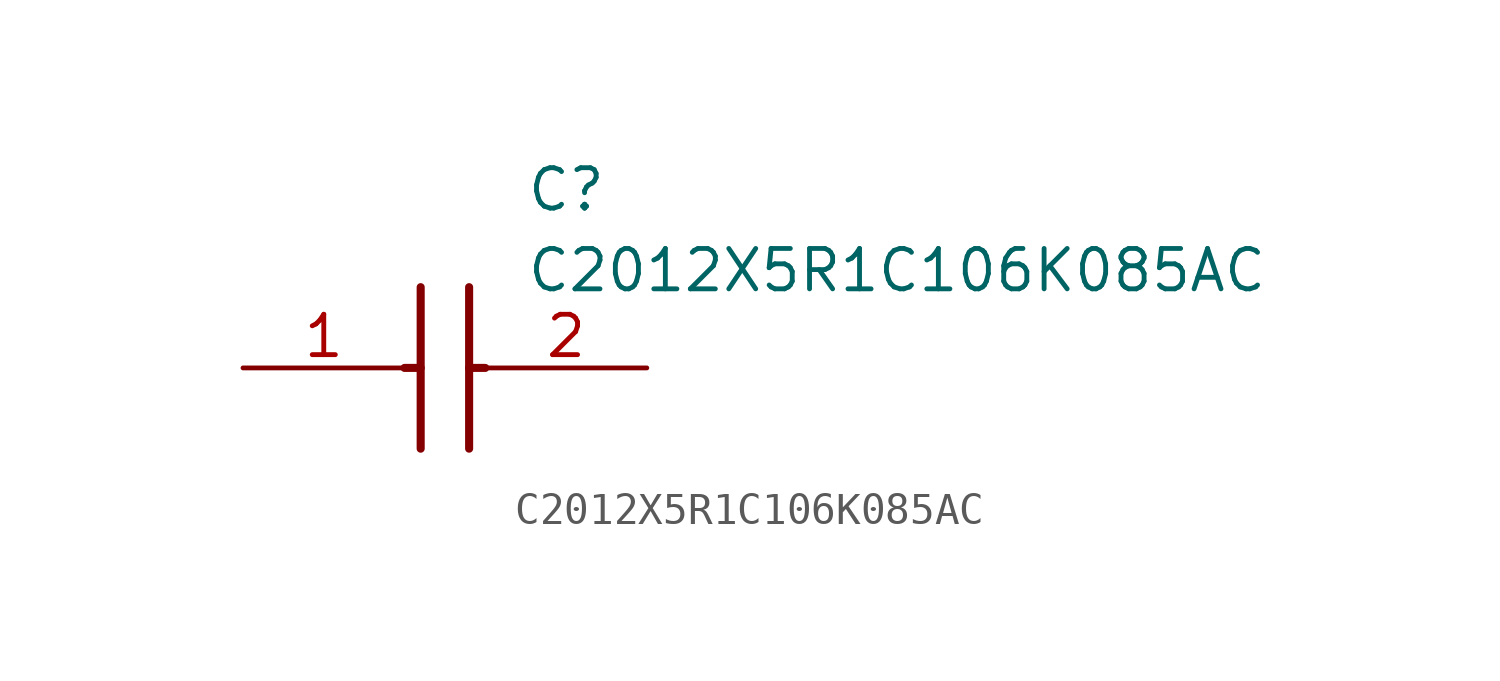
<source format=kicad_sym>
(kicad_symbol_lib
  (version 20211014)
  (generator SamacSys_ECAD_Model)
  (symbol "C2012X5R1C106K085AC"
    (pin_names hide)
    (property "Reference" "C"
      (at 8.89 6.35 0)
      (effects (font (size 1.27 1.27)) (justify left top)))
    (property "Value" "C2012X5R1C106K085AC"
      (at 8.89 3.81 0)
      (effects (font (size 1.27 1.27)) (justify left top)))
    (polyline
      (pts (xy 5.588 2.54) (xy 5.588 -2.54))
      (stroke (width 0.254) (type default))
      (fill (type none)))
    (polyline
      (pts (xy 7.112 2.54) (xy 7.112 -2.54))
      (stroke (width 0.254) (type default))
      (fill (type none)))
    (polyline
      (pts (xy 5.08 0) (xy 5.588 0))
      (stroke (width 0.254) (type default))
      (fill (type none)))
    (polyline
      (pts (xy 7.112 0) (xy 7.62 0))
      (stroke (width 0.254) (type default))
      (fill (type none)))
    (pin passive line
      (at 0 0 0)
      (length 5.08)
      (name "1" (effects (font (size 1.27 1.27))))
      (number "1" (effects (font (size 1.27 1.27)))))
    (pin passive line
      (at 12.7 0 180)
      (length 5.08)
      (name "2" (effects (font (size 1.27 1.27))))
      (number "2" (effects (font (size 1.27 1.27)))))))
</source>
